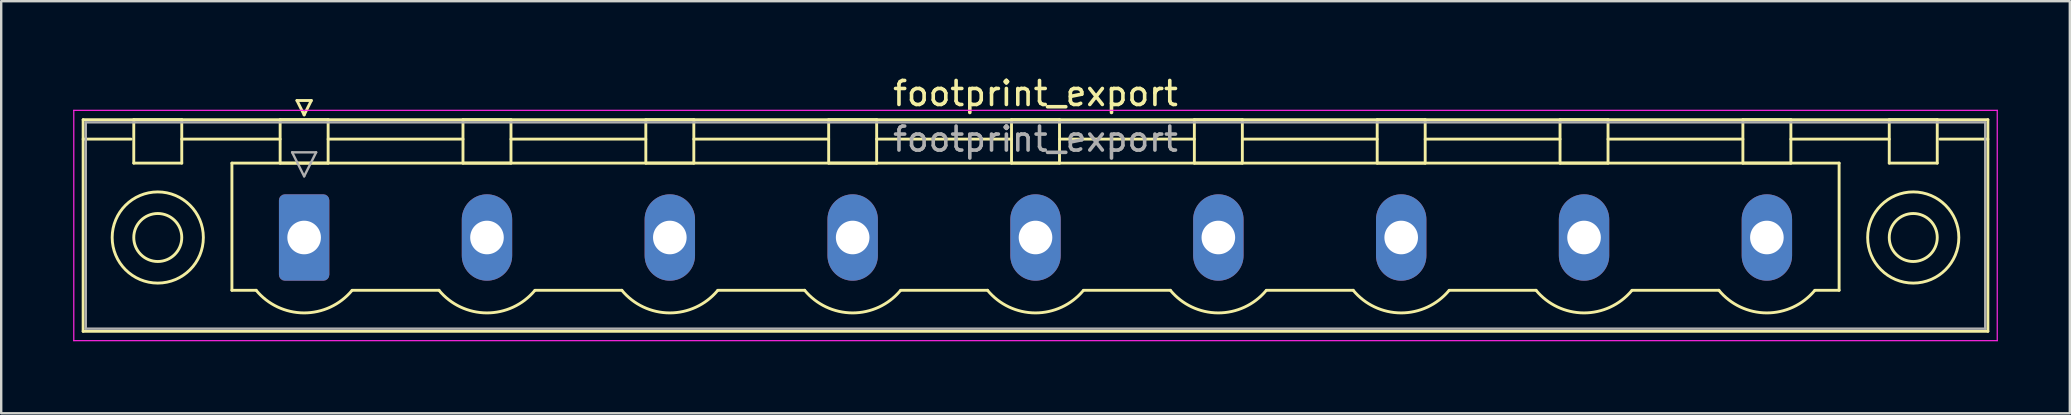
<source format=kicad_pcb>
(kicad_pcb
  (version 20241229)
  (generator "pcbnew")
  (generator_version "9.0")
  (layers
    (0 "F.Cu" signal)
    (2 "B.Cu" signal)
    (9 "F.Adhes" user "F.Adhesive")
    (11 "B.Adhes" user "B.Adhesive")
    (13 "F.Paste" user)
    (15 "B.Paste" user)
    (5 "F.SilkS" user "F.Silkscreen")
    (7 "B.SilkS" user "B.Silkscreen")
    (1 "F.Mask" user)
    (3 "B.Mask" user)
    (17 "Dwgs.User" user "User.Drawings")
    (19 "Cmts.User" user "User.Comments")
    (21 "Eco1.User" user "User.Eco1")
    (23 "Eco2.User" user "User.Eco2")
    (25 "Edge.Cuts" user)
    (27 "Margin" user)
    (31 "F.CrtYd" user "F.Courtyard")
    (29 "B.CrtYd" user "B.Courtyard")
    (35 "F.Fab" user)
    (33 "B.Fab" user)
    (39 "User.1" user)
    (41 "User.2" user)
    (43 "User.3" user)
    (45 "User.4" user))
  (footprint "footprint_export"
    (layer "F.Cu")
    (at 9.625 6.848)
    (property "Reference" "footprint_export" (at 30.48 -6 0) (layer "F.SilkS") (effects (font (size 1 1) (thickness 0.15))))
    (attr through_hole)
    (fp_line (start -9.21 -4.91) (end -9.21 3.91) (stroke (width 0.12) (type solid)) (layer "F.SilkS"))
    (fp_line (start -9.21 -4.1) (end -7.21 -4.1) (stroke (width 0.12) (type solid)) (layer "F.SilkS"))
    (fp_line (start -9.21 3.91) (end 70.17 3.91) (stroke (width 0.12) (type solid)) (layer "F.SilkS"))
    (fp_line (start -7.1 -4.91) (end -5.1 -4.91) (stroke (width 0.12) (type solid)) (layer "F.SilkS"))
    (fp_line (start -7.1 -3.1) (end -7.1 -4.91) (stroke (width 0.12) (type solid)) (layer "F.SilkS"))
    (fp_line (start -5.1 -4.91) (end -5.1 -3.1) (stroke (width 0.12) (type solid)) (layer "F.SilkS"))
    (fp_line (start -5.1 -4.1) (end -1 -4.1) (stroke (width 0.12) (type solid)) (layer "F.SilkS"))
    (fp_line (start -5.1 -3.1) (end -7.1 -3.1) (stroke (width 0.12) (type solid)) (layer "F.SilkS"))
    (fp_line (start -3.01 -3.1) (end 63.97 -3.1) (stroke (width 0.12) (type solid)) (layer "F.SilkS"))
    (fp_line (start -3.01 2.2) (end -3.01 -3.1) (stroke (width 0.12) (type solid)) (layer "F.SilkS"))
    (fp_line (start -2 2.2) (end -3.01 2.2) (stroke (width 0.12) (type solid)) (layer "F.SilkS"))
    (fp_line (start -1 -4.91) (end 1 -4.91) (stroke (width 0.12) (type solid)) (layer "F.SilkS"))
    (fp_line (start -1 -3.1) (end -1 -4.91) (stroke (width 0.12) (type solid)) (layer "F.SilkS"))
    (fp_line (start -0.3 -5.71) (end 0.3 -5.71) (stroke (width 0.12) (type solid)) (layer "F.SilkS"))
    (fp_line (start 0 -5.11) (end -0.3 -5.71) (stroke (width 0.12) (type solid)) (layer "F.SilkS"))
    (fp_line (start 0.3 -5.71) (end 0 -5.11) (stroke (width 0.12) (type solid)) (layer "F.SilkS"))
    (fp_line (start 1 -4.91) (end 1 -3.1) (stroke (width 0.12) (type solid)) (layer "F.SilkS"))
    (fp_line (start 1 -4.1) (end 6.62 -4.1) (stroke (width 0.12) (type solid)) (layer "F.SilkS"))
    (fp_line (start 1 -3.1) (end -1 -3.1) (stroke (width 0.12) (type solid)) (layer "F.SilkS"))
    (fp_line (start 2 2.2) (end 5.62 2.2) (stroke (width 0.12) (type solid)) (layer "F.SilkS"))
    (fp_line (start 6.62 -4.91) (end 8.62 -4.91) (stroke (width 0.12) (type solid)) (layer "F.SilkS"))
    (fp_line (start 6.62 -3.1) (end 6.62 -4.91) (stroke (width 0.12) (type solid)) (layer "F.SilkS"))
    (fp_line (start 8.62 -4.91) (end 8.62 -3.1) (stroke (width 0.12) (type solid)) (layer "F.SilkS"))
    (fp_line (start 8.62 -4.1) (end 14.24 -4.1) (stroke (width 0.12) (type solid)) (layer "F.SilkS"))
    (fp_line (start 8.62 -3.1) (end 6.62 -3.1) (stroke (width 0.12) (type solid)) (layer "F.SilkS"))
    (fp_line (start 9.62 2.2) (end 13.24 2.2) (stroke (width 0.12) (type solid)) (layer "F.SilkS"))
    (fp_line (start 14.24 -4.91) (end 16.24 -4.91) (stroke (width 0.12) (type solid)) (layer "F.SilkS"))
    (fp_line (start 14.24 -3.1) (end 14.24 -4.91) (stroke (width 0.12) (type solid)) (layer "F.SilkS"))
    (fp_line (start 16.24 -4.91) (end 16.24 -3.1) (stroke (width 0.12) (type solid)) (layer "F.SilkS"))
    (fp_line (start 16.24 -4.1) (end 21.86 -4.1) (stroke (width 0.12) (type solid)) (layer "F.SilkS"))
    (fp_line (start 16.24 -3.1) (end 14.24 -3.1) (stroke (width 0.12) (type solid)) (layer "F.SilkS"))
    (fp_line (start 17.24 2.2) (end 20.86 2.2) (stroke (width 0.12) (type solid)) (layer "F.SilkS"))
    (fp_line (start 21.86 -4.91) (end 23.86 -4.91) (stroke (width 0.12) (type solid)) (layer "F.SilkS"))
    (fp_line (start 21.86 -3.1) (end 21.86 -4.91) (stroke (width 0.12) (type solid)) (layer "F.SilkS"))
    (fp_line (start 23.86 -4.91) (end 23.86 -3.1) (stroke (width 0.12) (type solid)) (layer "F.SilkS"))
    (fp_line (start 23.86 -4.1) (end 29.48 -4.1) (stroke (width 0.12) (type solid)) (layer "F.SilkS"))
    (fp_line (start 23.86 -3.1) (end 21.86 -3.1) (stroke (width 0.12) (type solid)) (layer "F.SilkS"))
    (fp_line (start 24.86 2.2) (end 28.48 2.2) (stroke (width 0.12) (type solid)) (layer "F.SilkS"))
    (fp_line (start 29.48 -4.91) (end 31.48 -4.91) (stroke (width 0.12) (type solid)) (layer "F.SilkS"))
    (fp_line (start 29.48 -3.1) (end 29.48 -4.91) (stroke (width 0.12) (type solid)) (layer "F.SilkS"))
    (fp_line (start 31.48 -4.91) (end 31.48 -3.1) (stroke (width 0.12) (type solid)) (layer "F.SilkS"))
    (fp_line (start 31.48 -4.1) (end 37.1 -4.1) (stroke (width 0.12) (type solid)) (layer "F.SilkS"))
    (fp_line (start 31.48 -3.1) (end 29.48 -3.1) (stroke (width 0.12) (type solid)) (layer "F.SilkS"))
    (fp_line (start 32.48 2.2) (end 36.1 2.2) (stroke (width 0.12) (type solid)) (layer "F.SilkS"))
    (fp_line (start 37.1 -4.91) (end 39.1 -4.91) (stroke (width 0.12) (type solid)) (layer "F.SilkS"))
    (fp_line (start 37.1 -3.1) (end 37.1 -4.91) (stroke (width 0.12) (type solid)) (layer "F.SilkS"))
    (fp_line (start 39.1 -4.91) (end 39.1 -3.1) (stroke (width 0.12) (type solid)) (layer "F.SilkS"))
    (fp_line (start 39.1 -4.1) (end 44.72 -4.1) (stroke (width 0.12) (type solid)) (layer "F.SilkS"))
    (fp_line (start 39.1 -3.1) (end 37.1 -3.1) (stroke (width 0.12) (type solid)) (layer "F.SilkS"))
    (fp_line (start 40.1 2.2) (end 43.72 2.2) (stroke (width 0.12) (type solid)) (layer "F.SilkS"))
    (fp_line (start 44.72 -4.91) (end 46.72 -4.91) (stroke (width 0.12) (type solid)) (layer "F.SilkS"))
    (fp_line (start 44.72 -3.1) (end 44.72 -4.91) (stroke (width 0.12) (type solid)) (layer "F.SilkS"))
    (fp_line (start 46.72 -4.91) (end 46.72 -3.1) (stroke (width 0.12) (type solid)) (layer "F.SilkS"))
    (fp_line (start 46.72 -4.1) (end 52.34 -4.1) (stroke (width 0.12) (type solid)) (layer "F.SilkS"))
    (fp_line (start 46.72 -3.1) (end 44.72 -3.1) (stroke (width 0.12) (type solid)) (layer "F.SilkS"))
    (fp_line (start 47.72 2.2) (end 51.34 2.2) (stroke (width 0.12) (type solid)) (layer "F.SilkS"))
    (fp_line (start 52.34 -4.91) (end 54.34 -4.91) (stroke (width 0.12) (type solid)) (layer "F.SilkS"))
    (fp_line (start 52.34 -3.1) (end 52.34 -4.91) (stroke (width 0.12) (type solid)) (layer "F.SilkS"))
    (fp_line (start 54.34 -4.91) (end 54.34 -3.1) (stroke (width 0.12) (type solid)) (layer "F.SilkS"))
    (fp_line (start 54.34 -4.1) (end 59.96 -4.1) (stroke (width 0.12) (type solid)) (layer "F.SilkS"))
    (fp_line (start 54.34 -3.1) (end 52.34 -3.1) (stroke (width 0.12) (type solid)) (layer "F.SilkS"))
    (fp_line (start 55.34 2.2) (end 58.96 2.2) (stroke (width 0.12) (type solid)) (layer "F.SilkS"))
    (fp_line (start 59.96 -4.91) (end 61.96 -4.91) (stroke (width 0.12) (type solid)) (layer "F.SilkS"))
    (fp_line (start 59.96 -3.1) (end 59.96 -4.91) (stroke (width 0.12) (type solid)) (layer "F.SilkS"))
    (fp_line (start 61.96 -4.91) (end 61.96 -3.1) (stroke (width 0.12) (type solid)) (layer "F.SilkS"))
    (fp_line (start 61.96 -4.1) (end 66.06 -4.1) (stroke (width 0.12) (type solid)) (layer "F.SilkS"))
    (fp_line (start 61.96 -3.1) (end 59.96 -3.1) (stroke (width 0.12) (type solid)) (layer "F.SilkS"))
    (fp_line (start 63.97 -3.1) (end 63.97 2.2) (stroke (width 0.12) (type solid)) (layer "F.SilkS"))
    (fp_line (start 63.97 2.2) (end 62.96 2.2) (stroke (width 0.12) (type solid)) (layer "F.SilkS"))
    (fp_line (start 66.06 -4.91) (end 68.06 -4.91) (stroke (width 0.12) (type solid)) (layer "F.SilkS"))
    (fp_line (start 66.06 -3.1) (end 66.06 -4.91) (stroke (width 0.12) (type solid)) (layer "F.SilkS"))
    (fp_line (start 68.06 -4.91) (end 68.06 -3.1) (stroke (width 0.12) (type solid)) (layer "F.SilkS"))
    (fp_line (start 68.06 -3.1) (end 66.06 -3.1) (stroke (width 0.12) (type solid)) (layer "F.SilkS"))
    (fp_line (start 70.17 -4.91) (end -9.21 -4.91) (stroke (width 0.12) (type solid)) (layer "F.SilkS"))
    (fp_line (start 70.17 -4.1) (end 68.17 -4.1) (stroke (width 0.12) (type solid)) (layer "F.SilkS"))
    (fp_line (start 70.17 3.91) (end 70.17 -4.91) (stroke (width 0.12) (type solid)) (layer "F.SilkS"))
    (fp_arc (start 1.986842 2.215821) (mid -0.010289 3.142758) (end -2 2.2) (stroke (width 0.12) (type solid)) (layer "F.SilkS"))
    (fp_arc (start 9.606842 2.215821) (mid 7.609711 3.142758) (end 5.62 2.2) (stroke (width 0.12) (type solid)) (layer "F.SilkS"))
    (fp_arc (start 17.226842 2.215821) (mid 15.229711 3.142758) (end 13.24 2.2) (stroke (width 0.12) (type solid)) (layer "F.SilkS"))
    (fp_arc (start 24.846842 2.215821) (mid 22.849711 3.142758) (end 20.86 2.2) (stroke (width 0.12) (type solid)) (layer "F.SilkS"))
    (fp_arc (start 32.466842 2.215821) (mid 30.469711 3.142758) (end 28.48 2.2) (stroke (width 0.12) (type solid)) (layer "F.SilkS"))
    (fp_arc (start 40.086842 2.215821) (mid 38.089711 3.142758) (end 36.1 2.2) (stroke (width 0.12) (type solid)) (layer "F.SilkS"))
    (fp_arc (start 47.706842 2.215821) (mid 45.709711 3.142758) (end 43.72 2.2) (stroke (width 0.12) (type solid)) (layer "F.SilkS"))
    (fp_arc (start 55.326842 2.215821) (mid 53.329711 3.142758) (end 51.34 2.2) (stroke (width 0.12) (type solid)) (layer "F.SilkS"))
    (fp_arc (start 62.946842 2.215821) (mid 60.949711 3.142758) (end 58.96 2.2) (stroke (width 0.12) (type solid)) (layer "F.SilkS"))
    (fp_circle (center -6.1 0) (end -5.1 0) (stroke (width 0.12) (type solid)) (fill no) (layer "F.SilkS"))
    (fp_circle (center -6.1 0) (end -4.2 0) (stroke (width 0.12) (type solid)) (fill no) (layer "F.SilkS"))
    (fp_circle (center 67.06 0) (end 68.06 0) (stroke (width 0.12) (type solid)) (fill no) (layer "F.SilkS"))
    (fp_circle (center 67.06 0) (end 68.96 0) (stroke (width 0.12) (type solid)) (fill no) (layer "F.SilkS"))
    (fp_line (start -9.6 -5.3) (end -9.6 4.3) (stroke (width 0.05) (type solid)) (layer "F.CrtYd"))
    (fp_line (start -9.6 4.3) (end 70.56 4.3) (stroke (width 0.05) (type solid)) (layer "F.CrtYd"))
    (fp_line (start 70.56 -5.3) (end -9.6 -5.3) (stroke (width 0.05) (type solid)) (layer "F.CrtYd"))
    (fp_line (start 70.56 4.3) (end 70.56 -5.3) (stroke (width 0.05) (type solid)) (layer "F.CrtYd"))
    (fp_line (start -9.1 -4.8) (end -9.1 3.8) (stroke (width 0.1) (type solid)) (layer "F.Fab"))
    (fp_line (start -9.1 3.8) (end 70.06 3.8) (stroke (width 0.1) (type solid)) (layer "F.Fab"))
    (fp_line (start -0.5 -3.55) (end 0.5 -3.55) (stroke (width 0.1) (type solid)) (layer "F.Fab"))
    (fp_line (start 0 -2.55) (end -0.5 -3.55) (stroke (width 0.1) (type solid)) (layer "F.Fab"))
    (fp_line (start 0.5 -3.55) (end 0 -2.55) (stroke (width 0.1) (type solid)) (layer "F.Fab"))
    (fp_line (start 70.06 -4.8) (end -9.1 -4.8) (stroke (width 0.1) (type solid)) (layer "F.Fab"))
    (fp_line (start 70.06 3.8) (end 70.06 -4.8) (stroke (width 0.1) (type solid)) (layer "F.Fab"))
    (fp_text user "${REFERENCE}" (at 30.48 -4.1 0) (layer "F.Fab") (effects (font (size 1 1) (thickness 0.15))))
    (pad "1" thru_hole roundrect (at 0 0) (size 2.1 3.6) (drill 1.4) (layers "*.Cu" "*.Mask") (roundrect_rratio 0.119))
    (pad "2" thru_hole oval (at 7.62 0) (size 2.1 3.6) (drill 1.4) (layers "*.Cu" "*.Mask"))
    (pad "3" thru_hole oval (at 15.24 0) (size 2.1 3.6) (drill 1.4) (layers "*.Cu" "*.Mask"))
    (pad "4" thru_hole oval (at 22.86 0) (size 2.1 3.6) (drill 1.4) (layers "*.Cu" "*.Mask"))
    (pad "5" thru_hole oval (at 30.48 0) (size 2.1 3.6) (drill 1.4) (layers "*.Cu" "*.Mask"))
    (pad "6" thru_hole oval (at 38.1 0) (size 2.1 3.6) (drill 1.4) (layers "*.Cu" "*.Mask"))
    (pad "7" thru_hole oval (at 45.72 0) (size 2.1 3.6) (drill 1.4) (layers "*.Cu" "*.Mask"))
    (pad "8" thru_hole oval (at 53.34 0) (size 2.1 3.6) (drill 1.4) (layers "*.Cu" "*.Mask"))
    (pad "9" thru_hole oval (at 60.96 0) (size 2.1 3.6) (drill 1.4) (layers "*.Cu" "*.Mask")))
  (gr_rect
    (start -3 -3)
    (end 83.21 14.173)
    (stroke (width 0.1) (type default))
    (fill no)
    (layer "Edge.Cuts")))
</source>
